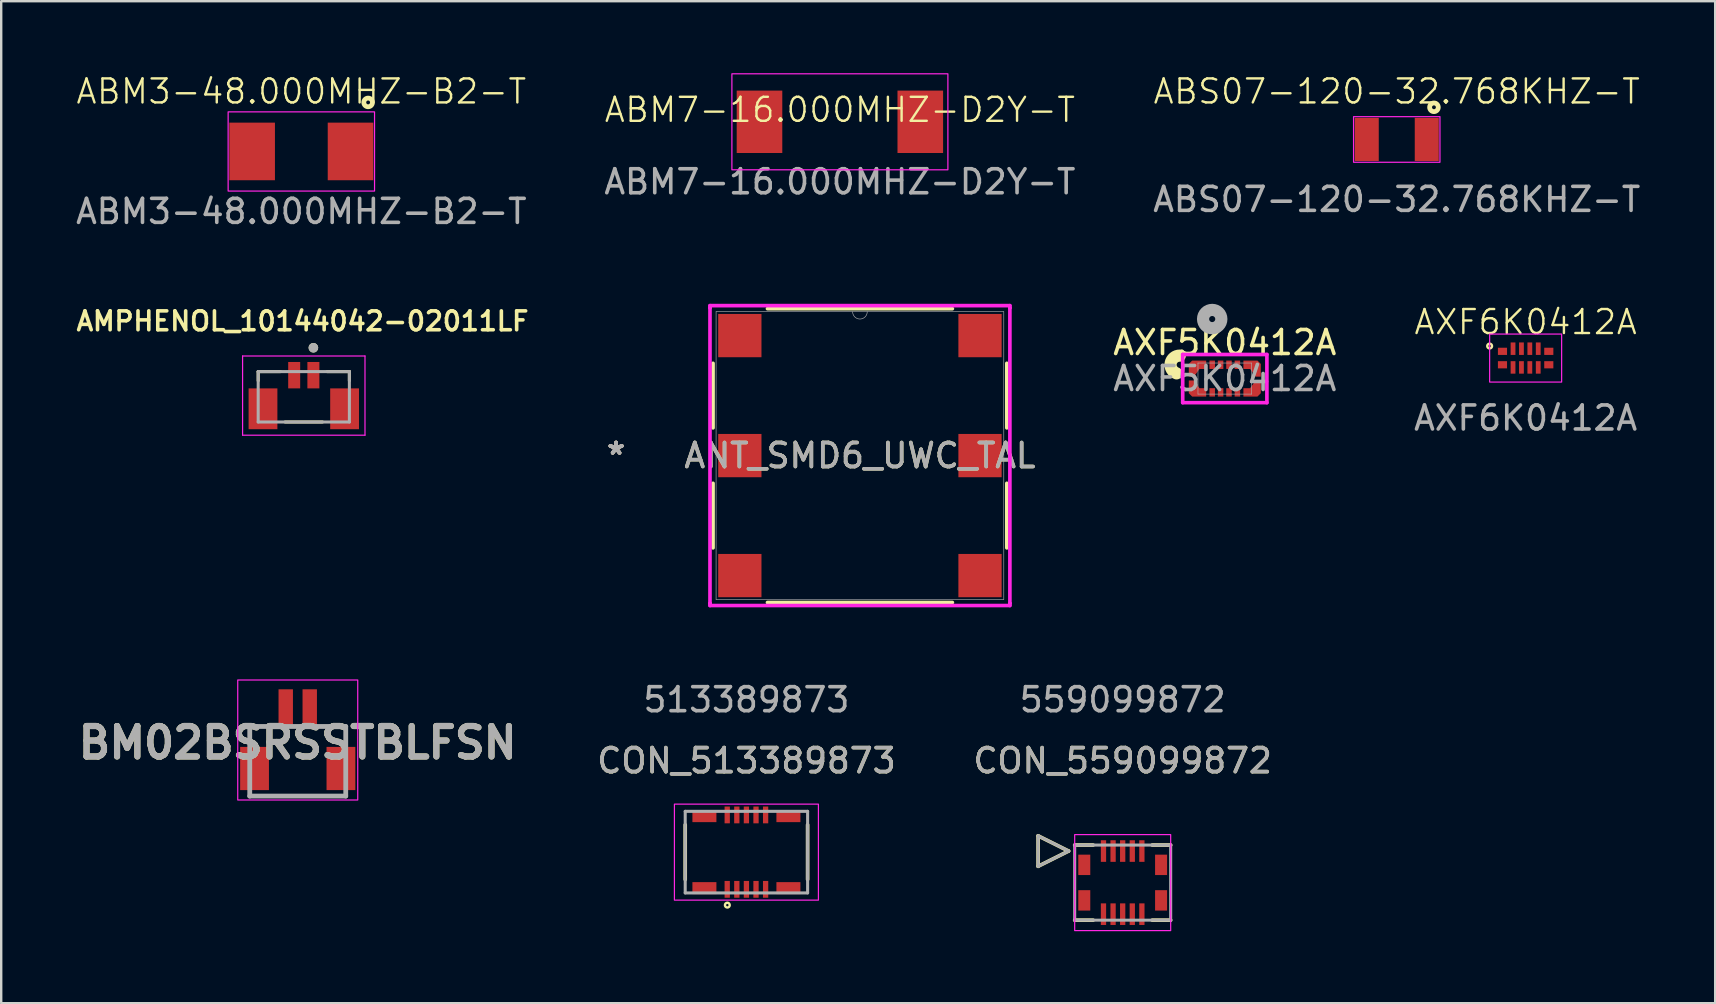
<source format=kicad_pcb>
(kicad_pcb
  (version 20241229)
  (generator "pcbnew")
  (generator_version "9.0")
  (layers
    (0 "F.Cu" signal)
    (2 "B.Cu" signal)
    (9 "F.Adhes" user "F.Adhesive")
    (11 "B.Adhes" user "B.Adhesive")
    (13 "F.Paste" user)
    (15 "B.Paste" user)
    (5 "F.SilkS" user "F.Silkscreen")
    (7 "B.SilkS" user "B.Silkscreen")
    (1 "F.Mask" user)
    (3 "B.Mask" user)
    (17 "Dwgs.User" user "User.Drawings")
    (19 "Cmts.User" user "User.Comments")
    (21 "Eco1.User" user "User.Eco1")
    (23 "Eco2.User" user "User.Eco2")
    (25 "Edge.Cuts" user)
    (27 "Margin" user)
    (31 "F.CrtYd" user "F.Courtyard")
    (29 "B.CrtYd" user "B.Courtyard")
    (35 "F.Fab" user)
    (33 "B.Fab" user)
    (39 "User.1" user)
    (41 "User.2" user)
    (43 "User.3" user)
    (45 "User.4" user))
  (footprint "ABS07-120-32.768KHZ-T"
    (layer "F.Cu")
    (at 55.149 2.76)
    (property "Reference" "ABS07-120-32.768KHZ-T" (at 0 -2 0) (unlocked yes) (layer "F.SilkS") (effects (font (size 1 1) (thickness 0.1))))
    (attr smd)
    (fp_circle (center 1.55 -1.339) (end 1.63 -1.339) (stroke (width 0.2) (type solid)) (fill no) (layer "F.SilkS"))
    (fp_rect (start 1.8 0.95) (end -1.8 -0.95) (stroke (width 0.05) (type solid)) (fill no) (layer "F.CrtYd"))
    (fp_text user "${REFERENCE}" (at 0 2.5 0) (unlocked yes) (layer "F.Fab") (effects (font (size 1 1) (thickness 0.15))))
    (pad "1" smd rect (at 1.25 0) (size 1 1.8) (layers "F.Cu" "F.Mask" "F.Paste"))
    (pad "2" smd rect (at -1.25 0) (size 1 1.8) (layers "F.Cu" "F.Mask" "F.Paste")))
  (footprint "ANT_SMD6_UWC_TAL"
    (layer "F.Cu")
    (at 32.781 15.933)
    (property "Reference" "ANT_SMD6_UWC_TAL" (at 0 0 0) (unlocked yes) (layer "F.SilkS") (effects (font (size 1 1) (thickness 0.15))))
    (attr smd)
    (fp_line (start -6.121 -3.845) (end -6.121 -1.155) (stroke (width 0.152) (type solid)) (layer "F.SilkS"))
    (fp_line (start -6.121 1.155) (end -6.121 3.845) (stroke (width 0.152) (type solid)) (layer "F.SilkS"))
    (fp_line (start -3.852 6.121) (end 3.852 6.121) (stroke (width 0.152) (type solid)) (layer "F.SilkS"))
    (fp_line (start 3.852 -6.121) (end -3.852 -6.121) (stroke (width 0.152) (type solid)) (layer "F.SilkS"))
    (fp_line (start 6.121 -1.155) (end 6.121 -3.845) (stroke (width 0.152) (type solid)) (layer "F.SilkS"))
    (fp_line (start 6.121 3.845) (end 6.121 1.155) (stroke (width 0.152) (type solid)) (layer "F.SilkS"))
    (fp_line (start -6.248 -6.248) (end 6.248 -6.248) (stroke (width 0.152) (type solid)) (layer "F.CrtYd"))
    (fp_line (start -6.248 -6.156) (end -6.248 -6.248) (stroke (width 0.152) (type solid)) (layer "F.CrtYd"))
    (fp_line (start -6.248 -6.156) (end -6.248 -6.156) (stroke (width 0.152) (type solid)) (layer "F.CrtYd"))
    (fp_line (start -6.248 6.156) (end -6.248 -6.156) (stroke (width 0.152) (type solid)) (layer "F.CrtYd"))
    (fp_line (start -6.248 6.156) (end -6.248 6.156) (stroke (width 0.152) (type solid)) (layer "F.CrtYd"))
    (fp_line (start -6.248 6.248) (end -6.248 6.156) (stroke (width 0.152) (type solid)) (layer "F.CrtYd"))
    (fp_line (start 6.248 -6.248) (end 6.248 -6.156) (stroke (width 0.152) (type solid)) (layer "F.CrtYd"))
    (fp_line (start 6.248 -6.156) (end 6.248 -6.156) (stroke (width 0.152) (type solid)) (layer "F.CrtYd"))
    (fp_line (start 6.248 -6.156) (end 6.248 6.156) (stroke (width 0.152) (type solid)) (layer "F.CrtYd"))
    (fp_line (start 6.248 6.156) (end 6.248 6.156) (stroke (width 0.152) (type solid)) (layer "F.CrtYd"))
    (fp_line (start 6.248 6.156) (end 6.248 6.248) (stroke (width 0.152) (type solid)) (layer "F.CrtYd"))
    (fp_line (start 6.248 6.248) (end -6.248 6.248) (stroke (width 0.152) (type solid)) (layer "F.CrtYd"))
    (fp_line (start -5.994 -5.994) (end -5.994 5.994) (stroke (width 0.025) (type solid)) (layer "F.Fab"))
    (fp_line (start -5.994 5.994) (end 5.994 5.994) (stroke (width 0.025) (type solid)) (layer "F.Fab"))
    (fp_line (start 5.994 -5.994) (end -5.994 -5.994) (stroke (width 0.025) (type solid)) (layer "F.Fab"))
    (fp_line (start 5.994 5.994) (end 5.994 -5.994) (stroke (width 0.025) (type solid)) (layer "F.Fab"))
    (fp_arc (start 0.3048 -5.9944) (mid 0 -5.6896) (end -0.3048 -5.9944) (stroke (width 0.0254) (type solid)) (layer "F.Fab"))
    (fp_text user "*" (at -10.16 0 0) (unlocked yes) (layer "F.SilkS") (effects (font (size 1 1) (thickness 0.15))))
    (fp_text user "*" (at -10.16 0 0) (layer "F.SilkS") (effects (font (size 1 1) (thickness 0.15))))
    (fp_text user "*" (at -10.16 0 0) (unlocked yes) (layer "B.SilkS") (effects (font (size 1 1) (thickness 0.15))))
    (fp_text user "*" (at -10.16 0 0) (unlocked yes) (layer "F.Fab") (effects (font (size 1 1) (thickness 0.15))))
    (fp_text user "${REFERENCE}" (at 0 0 0) (unlocked yes) (layer "F.Fab") (effects (font (size 1 1) (thickness 0.15))))
    (fp_text user "*" (at -10.16 0 0) (layer "F.Fab") (effects (font (size 1 1) (thickness 0.15))))
    (pad "1" smd rect (at -5.004 0) (size 1.803 1.803) (layers "F.Cu" "F.Mask" "F.Paste"))
    (pad "2" smd rect (at -5.004 5) (size 1.803 1.803) (layers "F.Cu" "F.Mask" "F.Paste"))
    (pad "3" smd rect (at 5.004 5) (size 1.803 1.803) (layers "F.Cu" "F.Mask" "F.Paste"))
    (pad "4" smd rect (at 5.004 0) (size 1.803 1.803) (layers "F.Cu" "F.Mask" "F.Paste"))
    (pad "5" smd rect (at 5.004 -5) (size 1.803 1.803) (layers "F.Cu" "F.Mask" "F.Paste"))
    (pad "6" smd rect (at -5.004 -5) (size 1.803 1.803) (layers "F.Cu" "F.Mask" "F.Paste")))
  (footprint "ABM7-16.000MHZ-D2Y-T"
    (layer "F.Cu")
    (at 31.946 2.025)
    (property "Reference" "ABM7-16.000MHZ-D2Y-T" (at 0 -0.5 0) (unlocked yes) (layer "F.SilkS") (effects (font (size 1 1) (thickness 0.1))))
    (attr through_hole)
    (fp_rect (start -4.5 -2) (end 4.5 2) (stroke (width 0.05) (type solid)) (fill no) (layer "F.CrtYd"))
    (fp_text user "${REFERENCE}" (at 0 2.5 0) (unlocked yes) (layer "F.Fab") (effects (font (size 1 1) (thickness 0.15))))
    (pad "1" smd rect (at -3.35 0) (size 1.9 2.6) (layers "F.Cu" "F.Mask" "F.Paste"))
    (pad "2" smd rect (at 3.35 0) (size 1.9 2.6) (layers "F.Cu" "F.Mask" "F.Paste")))
  (footprint "AMPHENOL_10144042-02011LF"
    (layer "F.Cu")
    (at 9.608 13.483)
    (property "Reference" "AMPHENOL_10144042-02011LF" (at -0.05 -3.15 0) (layer "F.SilkS") (effects (font (size 0.787 0.787) (thickness 0.15))))
    (attr smd)
    (fp_line (start -1.9 -1.05) (end -1.9 -0.67) (stroke (width 0.127) (type solid)) (layer "F.SilkS"))
    (fp_line (start -0.97 -1.05) (end -1.9 -1.05) (stroke (width 0.127) (type solid)) (layer "F.SilkS"))
    (fp_line (start -0.78 1.05) (end 0.78 1.05) (stroke (width 0.127) (type solid)) (layer "F.SilkS"))
    (fp_line (start 1.9 -1.05) (end 0.97 -1.05) (stroke (width 0.127) (type solid)) (layer "F.SilkS"))
    (fp_line (start 1.9 -0.67) (end 1.9 -1.05) (stroke (width 0.127) (type solid)) (layer "F.SilkS"))
    (fp_circle (center 0.4 -2.043) (end 0.5 -2.043) (stroke (width 0.2) (type solid)) (fill no) (layer "F.SilkS"))
    (fp_line (start -2.55 -1.7) (end -2.55 1.6) (stroke (width 0.05) (type solid)) (layer "F.CrtYd"))
    (fp_line (start -2.55 1.6) (end 2.55 1.6) (stroke (width 0.05) (type solid)) (layer "F.CrtYd"))
    (fp_line (start 2.55 -1.7) (end -2.55 -1.7) (stroke (width 0.05) (type solid)) (layer "F.CrtYd"))
    (fp_line (start 2.55 1.6) (end 2.55 -1.7) (stroke (width 0.05) (type solid)) (layer "F.CrtYd"))
    (fp_line (start -1.9 -1.05) (end -1.9 1.05) (stroke (width 0.127) (type solid)) (layer "F.Fab"))
    (fp_line (start -1.9 1.05) (end 1.9 1.05) (stroke (width 0.127) (type solid)) (layer "F.Fab"))
    (fp_line (start 1.9 -1.05) (end -1.9 -1.05) (stroke (width 0.127) (type solid)) (layer "F.Fab"))
    (fp_line (start 1.9 1.05) (end 1.9 -1.05) (stroke (width 0.127) (type solid)) (layer "F.Fab"))
    (fp_circle (center 0.4 -2.043) (end 0.5 -2.043) (stroke (width 0.2) (type solid)) (fill no) (layer "F.Fab"))
    (pad "1" smd rect (at 0.4 -0.9) (size 0.5 1.1) (layers "F.Cu" "F.Mask" "F.Paste"))
    (pad "2" smd rect (at -0.4 -0.9) (size 0.5 1.1) (layers "F.Cu" "F.Mask" "F.Paste"))
    (pad "SH1" smd rect (at 1.7 0.5) (size 1.2 1.7) (layers "F.Cu" "F.Mask" "F.Paste"))
    (pad "SH2" smd rect (at -1.7 0.5) (size 1.2 1.7) (layers "F.Cu" "F.Mask" "F.Paste")))
  (footprint "AXF6K0412A"
    (layer "F.Cu")
    (at 60.519 11.869)
    (property "Reference" "AXF6K0412A" (at 0 -1.5 0) (unlocked yes) (layer "F.SilkS") (effects (font (size 1 1) (thickness 0.1))))
    (attr through_hole)
    (fp_circle (center -1.5 -0.5) (end -1.4 -0.5) (stroke (width 0.1) (type solid)) (fill no) (layer "F.SilkS"))
    (fp_rect (start -1.5 -1) (end 1.5 1) (stroke (width 0.05) (type default)) (fill no) (layer "F.CrtYd"))
    (fp_text user "${REFERENCE}" (at 0 2.5 0) (unlocked yes) (layer "F.Fab") (effects (font (size 1 1) (thickness 0.15))))
    (pad "" smd rect (at -0.965 -0.28) (size 0.38 0.3) (layers "F.Cu" "F.Mask" "F.Paste"))
    (pad "" smd rect (at -0.965 0.28) (size 0.38 0.3) (layers "F.Cu" "F.Mask" "F.Paste"))
    (pad "" smd rect (at 0.965 -0.28) (size 0.38 0.3) (layers "F.Cu" "F.Mask" "F.Paste"))
    (pad "" smd rect (at 0.965 0.28) (size 0.38 0.3) (layers "F.Cu" "F.Mask" "F.Paste"))
    (pad "1" smd rect (at -0.525 -0.39) (size 0.2 0.52) (layers "F.Cu" "F.Mask" "F.Paste"))
    (pad "1" smd rect (at -0.525 0.39) (size 0.2 0.52) (layers "F.Cu" "F.Mask" "F.Paste"))
    (pad "2" smd rect (at -0.175 -0.39) (size 0.2 0.52) (layers "F.Cu" "F.Mask" "F.Paste"))
    (pad "2" smd rect (at -0.175 0.39) (size 0.2 0.52) (layers "F.Cu" "F.Mask" "F.Paste"))
    (pad "3" smd rect (at 0.175 -0.39) (size 0.2 0.52) (layers "F.Cu" "F.Mask" "F.Paste"))
    (pad "3" smd rect (at 0.175 0.39) (size 0.2 0.52) (layers "F.Cu" "F.Mask" "F.Paste"))
    (pad "4" smd rect (at 0.525 -0.39) (size 0.2 0.52) (layers "F.Cu" "F.Mask" "F.Paste"))
    (pad "4" smd rect (at 0.525 0.39) (size 0.2 0.52) (layers "F.Cu" "F.Mask" "F.Paste")))
  (footprint "ABM3-48.000MHZ-B2-T"
    (layer "F.Cu")
    (at 9.506 3.26)
    (property "Reference" "ABM3-48.000MHZ-B2-T" (at 0 -2.5 0) (unlocked yes) (layer "F.SilkS") (effects (font (size 1 1) (thickness 0.1))))
    (attr smd)
    (fp_circle (center 2.783 -2.042) (end 2.863 -2.042) (stroke (width 0.2) (type solid)) (fill no) (layer "F.SilkS"))
    (fp_rect (start 3.05 1.65) (end -3.05 -1.65) (stroke (width 0.05) (type solid)) (fill no) (layer "F.CrtYd"))
    (fp_text user "${REFERENCE}" (at 0 2.5 0) (unlocked yes) (layer "F.Fab") (effects (font (size 1 1) (thickness 0.15))))
    (pad "1" smd rect (at 2.05 0) (size 1.9 2.4) (layers "F.Cu" "F.Mask" "F.Paste"))
    (pad "2" smd rect (at -2.05 0) (size 1.9 2.4) (layers "F.Cu" "F.Mask" "F.Paste")))
  (footprint "BM02BSRSSTBLFSN"
    (layer "F.Cu")
    (at 9.356 28.283)
    (property "Reference" "BM02BSRSSTBLFSN" (at 0 -0.387 0) (layer "F.SilkS") (effects (font (size 1.27 1.27) (thickness 0.254))))
    (attr smd)
    (fp_line (start -2 -1.062) (end -2 -0.437) (stroke (width 0.1) (type solid)) (layer "F.SilkS"))
    (fp_line (start -1.3 -1.062) (end -2 -1.062) (stroke (width 0.1) (type solid)) (layer "F.SilkS"))
    (fp_line (start -0.7 1.838) (end 0.9 1.838) (stroke (width 0.1) (type solid)) (layer "F.SilkS"))
    (fp_line (start 1.3 -1.062) (end 2 -1.062) (stroke (width 0.1) (type solid)) (layer "F.SilkS"))
    (fp_line (start 2 -1.062) (end 2 -0.437) (stroke (width 0.1) (type solid)) (layer "F.SilkS"))
    (fp_rect (start -2.5 -3) (end 2.5 2) (stroke (width 0.05) (type default)) (fill no) (layer "F.CrtYd"))
    (fp_line (start -2 -1.062) (end 2 -1.062) (stroke (width 0.2) (type solid)) (layer "F.Fab"))
    (fp_line (start -2 1.838) (end -2 -1.062) (stroke (width 0.2) (type solid)) (layer "F.Fab"))
    (fp_line (start 2 -1.062) (end 2 1.838) (stroke (width 0.2) (type solid)) (layer "F.Fab"))
    (fp_line (start 2 1.838) (end -2 1.838) (stroke (width 0.2) (type solid)) (layer "F.Fab"))
    (fp_text user "${REFERENCE}" (at 0 -0.387 0) (layer "F.Fab") (effects (font (size 1.27 1.27) (thickness 0.254))))
    (pad "1" smd rect (at -0.5 -1.837) (size 0.6 1.55) (layers "F.Cu" "F.Mask" "F.Paste"))
    (pad "2" smd rect (at 0.5 -1.837) (size 0.6 1.55) (layers "F.Cu" "F.Mask" "F.Paste"))
    (pad "MP1" smd rect (at -1.8 0.688) (size 1.2 1.8) (layers "F.Cu" "F.Mask" "F.Paste"))
    (pad "MP2" smd rect (at 1.8 0.688) (size 1.2 1.8) (layers "F.Cu" "F.Mask" "F.Paste")))
  (footprint "CON_559099872"
    (layer "F.Cu")
    (at 43.729 33.726)
    (property "Reference" "CON_559099872" (at 0 -5.08 0) (unlocked yes) (layer "F.SilkS") (effects (font (size 1 1) (thickness 0.15))))
    (attr smd)
    (fp_line (start -3.524 -1.95) (end -3.524 -0.68) (stroke (width 0.152) (type solid)) (layer "F.SilkS"))
    (fp_line (start -3.524 -0.68) (end -2.254 -1.315) (stroke (width 0.152) (type solid)) (layer "F.SilkS"))
    (fp_line (start -2.254 -1.315) (end -3.524 -1.95) (stroke (width 0.152) (type solid)) (layer "F.SilkS"))
    (fp_line (start -2 1.565) (end -1.23 1.565) (stroke (width 0.152) (type solid)) (layer "F.SilkS"))
    (fp_line (start -1.23 -1.565) (end -2 -1.565) (stroke (width 0.152) (type solid)) (layer "F.SilkS"))
    (fp_line (start 1.23 1.565) (end 2 1.565) (stroke (width 0.152) (type solid)) (layer "F.SilkS"))
    (fp_line (start 2 -1.565) (end 1.23 -1.565) (stroke (width 0.152) (type solid)) (layer "F.SilkS"))
    (fp_rect (start -2 -2) (end 2 2) (stroke (width 0.05) (type default)) (fill no) (layer "F.CrtYd"))
    (fp_line (start -3.524 -1.95) (end -3.524 -0.68) (stroke (width 0.127) (type solid)) (layer "F.Fab"))
    (fp_line (start -3.524 -0.68) (end -2.254 -1.315) (stroke (width 0.127) (type solid)) (layer "F.Fab"))
    (fp_line (start -2.254 -1.315) (end -3.524 -1.95) (stroke (width 0.127) (type solid)) (layer "F.Fab"))
    (fp_line (start -2 -1.565) (end -2 1.565) (stroke (width 0.127) (type solid)) (layer "F.Fab"))
    (fp_line (start -2 1.565) (end 2 1.565) (stroke (width 0.127) (type solid)) (layer "F.Fab"))
    (fp_line (start 2 -1.565) (end -2 -1.565) (stroke (width 0.127) (type solid)) (layer "F.Fab"))
    (fp_line (start 2 1.565) (end 2 -1.565) (stroke (width 0.127) (type solid)) (layer "F.Fab"))
    (fp_text user "559099872" (at 0 -7.62 0) (unlocked yes) (layer "F.Fab") (effects (font (size 1 1) (thickness 0.15))))
    (fp_text user "${REFERENCE}" (at 0 -5.08 0) (unlocked yes) (layer "F.Fab") (effects (font (size 1 1) (thickness 0.15))))
    (pad "1" smd rect (at -0.8 -1.315) (size 0.22 0.9) (layers "F.Cu" "F.Mask" "F.Paste"))
    (pad "2" smd rect (at -0.4 -1.315) (size 0.22 0.9) (layers "F.Cu" "F.Mask" "F.Paste"))
    (pad "3" smd rect (at 0 -1.315) (size 0.22 0.9) (layers "F.Cu" "F.Mask" "F.Paste"))
    (pad "4" smd rect (at 0.4 -1.315) (size 0.22 0.9) (layers "F.Cu" "F.Mask" "F.Paste"))
    (pad "5" smd rect (at 0.8 -1.315) (size 0.22 0.9) (layers "F.Cu" "F.Mask" "F.Paste"))
    (pad "6" smd rect (at -0.8 1.315) (size 0.22 0.9) (layers "F.Cu" "F.Mask" "F.Paste"))
    (pad "7" smd rect (at -0.4 1.315) (size 0.22 0.9) (layers "F.Cu" "F.Mask" "F.Paste"))
    (pad "8" smd rect (at 0 1.315) (size 0.22 0.9) (layers "F.Cu" "F.Mask" "F.Paste"))
    (pad "9" smd rect (at 0.4 1.315) (size 0.22 0.9) (layers "F.Cu" "F.Mask" "F.Paste"))
    (pad "10" smd rect (at 0.8 1.315) (size 0.22 0.9) (layers "F.Cu" "F.Mask" "F.Paste"))
    (pad "P1" smd rect (at -1.6 0.74) (size 0.5 0.85) (layers "F.Cu" "F.Mask" "F.Paste"))
    (pad "P2" smd rect (at 1.6 0.74) (size 0.5 0.85) (layers "F.Cu" "F.Mask" "F.Paste"))
    (pad "P3" smd rect (at -1.6 -0.74) (size 0.5 0.85) (layers "F.Cu" "F.Mask" "F.Paste"))
    (pad "P4" smd rect (at 1.6 -0.74) (size 0.5 0.85) (layers "F.Cu" "F.Mask" "F.Paste")))
  (footprint "AXF5K0412A"
    (layer "F.Cu")
    (at 47.984 12.724)
    (property "Reference" "AXF5K0412A" (at 0 -1.5 0) (unlocked yes) (layer "F.SilkS") (effects (font (size 1 1) (thickness 0.15))))
    (attr smd)
    (fp_poly (pts (xy -1.36 -0.75) (xy -1.5 -0.61) (xy -1.5 -0.08) (xy -1.285 -0.08) (xy -1.055 -0.4) (xy -0.775 -0.4) (xy -0.775 -0.75)) (stroke (width 0) (type solid)) (fill yes) (layer "F.Cu"))
    (fp_poly (pts (xy -1.36 0.75) (xy -1.5 0.61) (xy -1.5 0.08) (xy -1.285 0.08) (xy -1.055 0.4) (xy -0.775 0.4) (xy -0.775 0.75)) (stroke (width 0) (type solid)) (fill yes) (layer "F.Cu"))
    (fp_poly (pts (xy 0.775 -0.75) (xy 0.775 -0.4) (xy 1.055 -0.4) (xy 1.285 -0.08) (xy 1.5 -0.08) (xy 1.5 -0.61) (xy 1.36 -0.75)) (stroke (width 0) (type solid)) (fill yes) (layer "F.Cu"))
    (fp_poly (pts (xy 0.775 0.75) (xy 0.775 0.4) (xy 1.055 0.4) (xy 1.285 0.08) (xy 1.5 0.08) (xy 1.5 0.61) (xy 1.36 0.75)) (stroke (width 0) (type solid)) (fill yes) (layer "F.Cu"))
    (fp_arc (start -2.010539 -0.217207) (mid -2.254384 -0.64354) (end -1.875434 -0.955977) (stroke (width 0.508) (type solid)) (layer "F.SilkS"))
    (fp_line (start -1.754 -1.004) (end -1.754 1.004) (stroke (width 0.152) (type solid)) (layer "F.CrtYd"))
    (fp_line (start -1.754 1.004) (end 1.754 1.004) (stroke (width 0.152) (type solid)) (layer "F.CrtYd"))
    (fp_line (start 1.754 -1.004) (end -1.754 -1.004) (stroke (width 0.152) (type solid)) (layer "F.CrtYd"))
    (fp_line (start 1.754 1.004) (end 1.754 -1.004) (stroke (width 0.152) (type solid)) (layer "F.CrtYd"))
    (fp_line (start -1.118 -0.648) (end -1.118 0.648) (stroke (width 0.025) (type solid)) (layer "F.Fab"))
    (fp_line (start -1.118 0.648) (end 1.118 0.648) (stroke (width 0.025) (type solid)) (layer "F.Fab"))
    (fp_line (start 1.118 -0.648) (end -1.118 -0.648) (stroke (width 0.025) (type solid)) (layer "F.Fab"))
    (fp_line (start 1.118 0.648) (end 1.118 -0.648) (stroke (width 0.025) (type solid)) (layer "F.Fab"))
    (fp_circle (center -0.525 -2.48) (end -0.144 -2.48) (stroke (width 0.508) (type solid)) (fill no) (layer "F.Fab"))
    (fp_text user "${REFERENCE}" (at 0 0 0) (unlocked yes) (layer "F.Fab") (effects (font (size 1 1) (thickness 0.15))))
    (pad "1" smd rect (at -0.525 -0.575) (size 0.23 0.35) (layers "F.Cu" "F.Mask" "F.Paste"))
    (pad "1" smd rect (at -0.525 0.575) (size 0.23 0.35) (layers "F.Cu" "F.Mask" "F.Paste"))
    (pad "2" smd rect (at -0.175 -0.575) (size 0.23 0.35) (layers "F.Cu" "F.Mask" "F.Paste"))
    (pad "2" smd rect (at -0.175 0.575) (size 0.23 0.35) (layers "F.Cu" "F.Mask" "F.Paste"))
    (pad "3" smd rect (at 0.175 -0.575) (size 0.23 0.35) (layers "F.Cu" "F.Mask" "F.Paste"))
    (pad "3" smd rect (at 0.175 0.575) (size 0.23 0.35) (layers "F.Cu" "F.Mask" "F.Paste"))
    (pad "4" smd rect (at 0.525 -0.575) (size 0.23 0.35) (layers "F.Cu" "F.Mask" "F.Paste"))
    (pad "4" smd rect (at 0.525 0.575) (size 0.23 0.35) (layers "F.Cu" "F.Mask" "F.Paste")))
  (footprint "CON_513389873"
    (layer "F.Cu")
    (at 28.051 32.456)
    (property "Reference" "CON_513389873" (at 0 -3.81 0) (unlocked yes) (layer "F.SilkS") (effects (font (size 1 1) (thickness 0.15))))
    (attr smd)
    (fp_line (start -2.55 -1.139) (end -2.55 1.139) (stroke (width 0.152) (type solid)) (layer "F.SilkS"))
    (fp_line (start 2.55 1.139) (end 2.55 -1.139) (stroke (width 0.152) (type solid)) (layer "F.SilkS"))
    (fp_circle (center -0.795 2.208) (end -0.695 2.208) (stroke (width 0.1) (type solid)) (fill no) (layer "F.SilkS"))
    (fp_rect (start -3 -2) (end 3 2) (stroke (width 0.05) (type solid)) (fill no) (layer "F.CrtYd"))
    (fp_line (start -2.55 -1.7) (end -2.55 1.7) (stroke (width 0.127) (type solid)) (layer "F.Fab"))
    (fp_line (start -2.55 1.7) (end 2.55 1.7) (stroke (width 0.127) (type solid)) (layer "F.Fab"))
    (fp_line (start 2.55 -1.7) (end -2.55 -1.7) (stroke (width 0.127) (type solid)) (layer "F.Fab"))
    (fp_line (start 2.55 1.7) (end 2.55 -1.7) (stroke (width 0.127) (type solid)) (layer "F.Fab"))
    (fp_text user "513389873" (at 0 -6.35 0) (unlocked yes) (layer "F.Fab") (effects (font (size 1 1) (thickness 0.15))))
    (fp_text user "${REFERENCE}" (at 0 -3.81 0) (unlocked yes) (layer "F.Fab") (effects (font (size 1 1) (thickness 0.15))))
    (pad "1" smd rect (at -0.8 1.55) (size 0.22 0.7) (layers "F.Cu" "F.Mask" "F.Paste"))
    (pad "2" smd rect (at -0.4 1.55) (size 0.22 0.7) (layers "F.Cu" "F.Mask" "F.Paste"))
    (pad "3" smd rect (at 0 1.55) (size 0.22 0.7) (layers "F.Cu" "F.Mask" "F.Paste"))
    (pad "4" smd rect (at 0.4 1.55) (size 0.22 0.7) (layers "F.Cu" "F.Mask" "F.Paste"))
    (pad "5" smd rect (at 0.8 1.55) (size 0.22 0.7) (layers "F.Cu" "F.Mask" "F.Paste"))
    (pad "6" smd rect (at -0.8 -1.55) (size 0.22 0.7) (layers "F.Cu" "F.Mask" "F.Paste"))
    (pad "7" smd rect (at -0.4 -1.55) (size 0.22 0.7) (layers "F.Cu" "F.Mask" "F.Paste"))
    (pad "8" smd rect (at 0 -1.55) (size 0.22 0.7) (layers "F.Cu" "F.Mask" "F.Paste"))
    (pad "9" smd rect (at 0.4 -1.55) (size 0.22 0.7) (layers "F.Cu" "F.Mask" "F.Paste"))
    (pad "10" smd rect (at 0.8 -1.55) (size 0.22 0.7) (layers "F.Cu" "F.Mask" "F.Paste"))
    (pad "P1" smd rect (at -1.75 1.5) (size 1 0.5) (layers "F.Cu" "F.Mask" "F.Paste"))
    (pad "P2" smd rect (at 1.75 1.5) (size 1 0.5) (layers "F.Cu" "F.Mask" "F.Paste"))
    (pad "P3" smd rect (at -1.75 -1.5) (size 1 0.5) (layers "F.Cu" "F.Mask" "F.Paste"))
    (pad "P4" smd rect (at 1.75 -1.5) (size 1 0.5) (layers "F.Cu" "F.Mask" "F.Paste")))
  (gr_rect
    (start -3 -3)
    (end 68.417 38.751)
    (stroke (width 0.1) (type default))
    (fill no)
    (layer "Edge.Cuts")))
</source>
